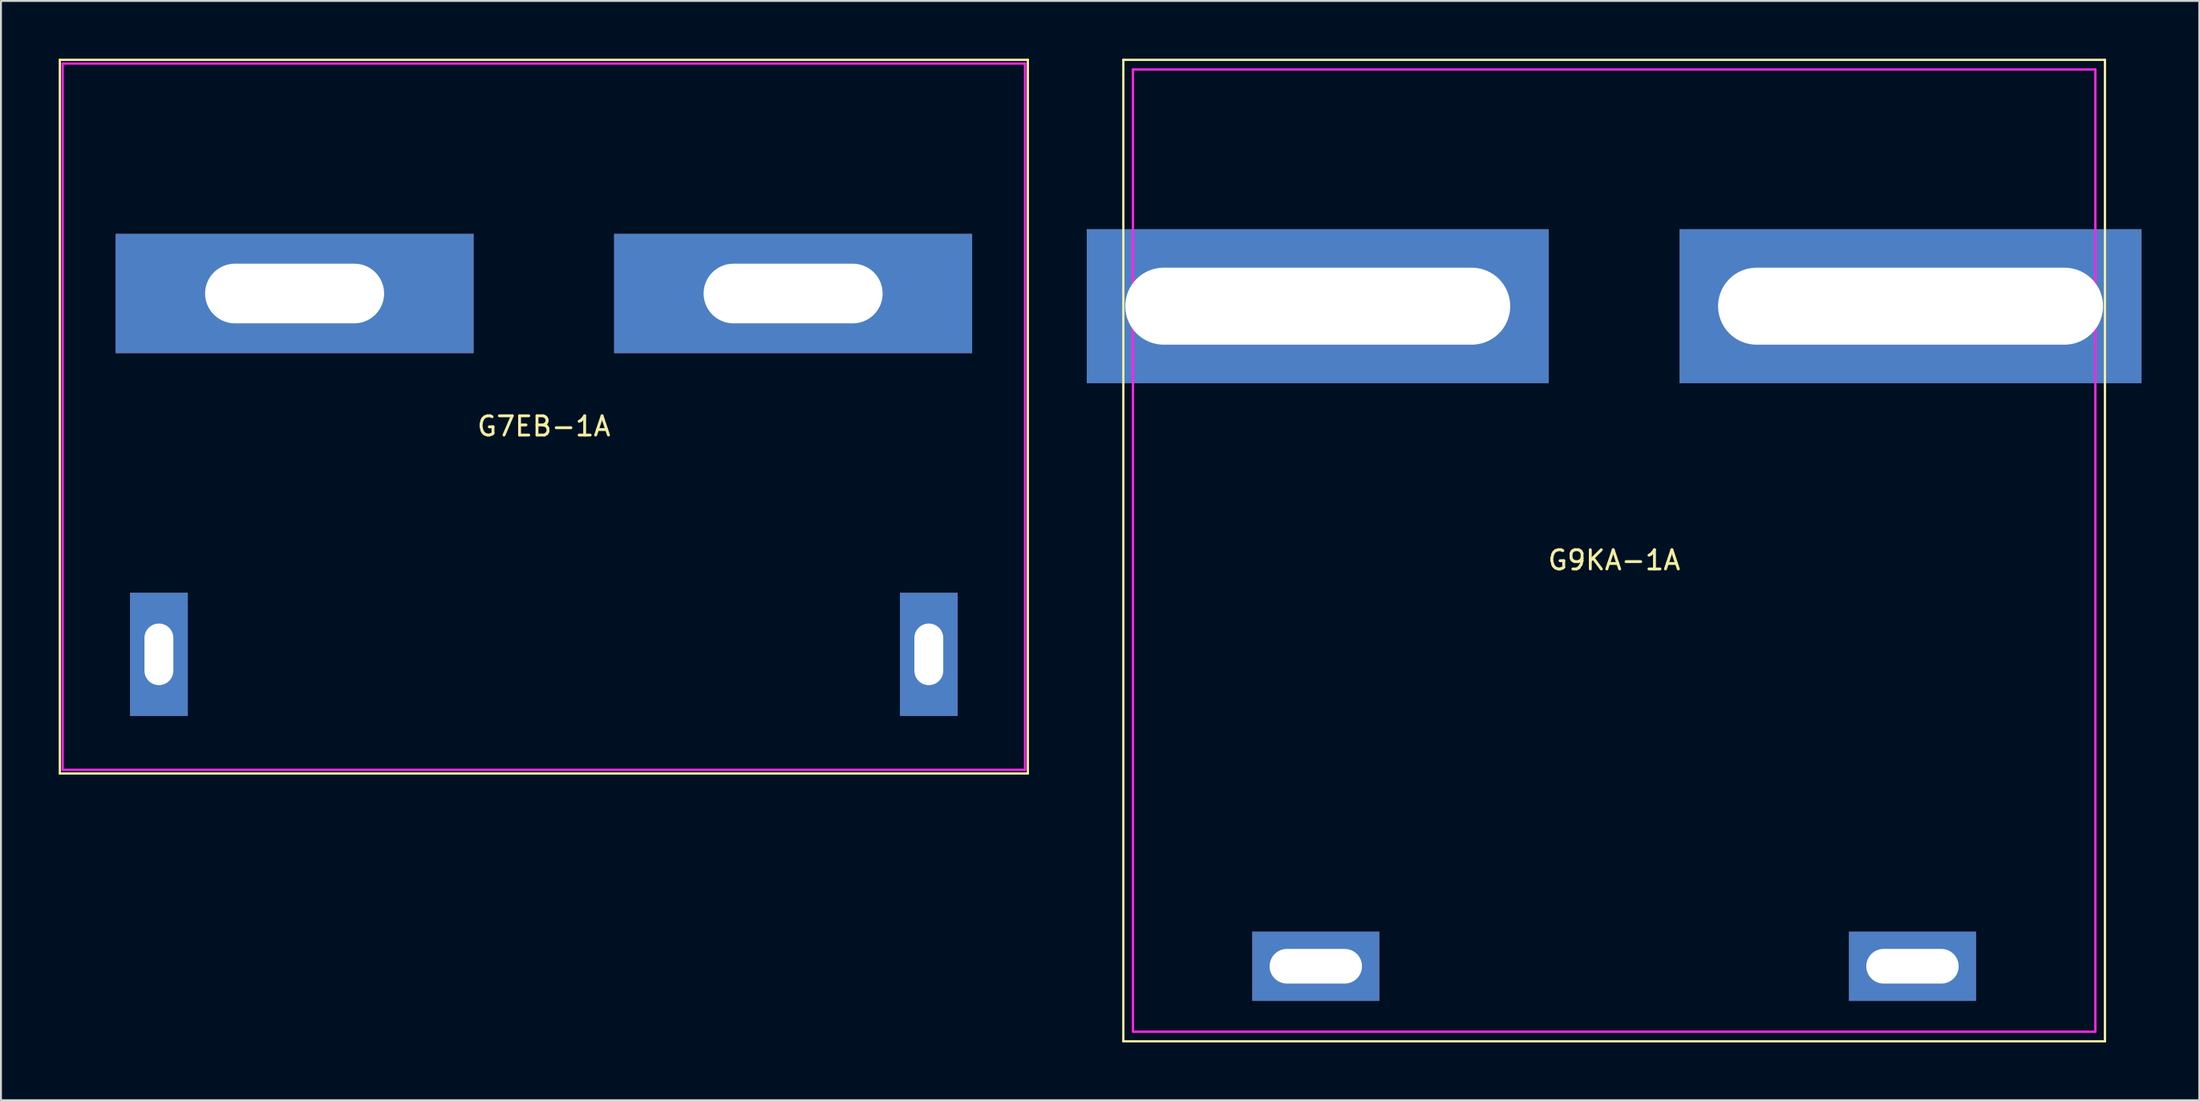
<source format=kicad_pcb>
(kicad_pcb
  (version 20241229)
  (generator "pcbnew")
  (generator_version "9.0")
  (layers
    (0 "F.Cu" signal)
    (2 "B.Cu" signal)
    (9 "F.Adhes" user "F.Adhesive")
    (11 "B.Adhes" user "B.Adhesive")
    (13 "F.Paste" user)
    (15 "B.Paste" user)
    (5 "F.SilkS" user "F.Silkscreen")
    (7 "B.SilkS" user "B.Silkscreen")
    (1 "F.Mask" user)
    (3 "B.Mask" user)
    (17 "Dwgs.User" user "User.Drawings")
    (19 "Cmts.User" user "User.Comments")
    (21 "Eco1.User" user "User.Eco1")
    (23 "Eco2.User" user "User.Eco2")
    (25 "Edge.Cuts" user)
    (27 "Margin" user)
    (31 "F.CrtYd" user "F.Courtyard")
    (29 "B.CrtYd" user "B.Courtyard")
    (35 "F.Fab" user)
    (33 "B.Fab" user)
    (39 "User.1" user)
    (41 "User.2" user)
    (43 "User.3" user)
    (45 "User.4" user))
  (footprint "G9KA-1A"
    (layer "F.Cu")
    (at 80.812 25.56)
    (property "Reference" "G9KA-1A" (at 0 0.5 0) (layer "F.SilkS") (effects (font (size 1 1) (thickness 0.15))))
    (attr through_hole)
    (fp_line (start -25.5 -25.5) (end -25.5 25.5) (stroke (width 0.12) (type solid)) (layer "F.SilkS"))
    (fp_line (start -25.5 25.5) (end 25.5 25.5) (stroke (width 0.12) (type solid)) (layer "F.SilkS"))
    (fp_line (start 25.5 -25.5) (end -25.5 -25.5) (stroke (width 0.12) (type solid)) (layer "F.SilkS"))
    (fp_line (start 25.5 25.5) (end 25.5 -25.5) (stroke (width 0.12) (type solid)) (layer "F.SilkS"))
    (fp_line (start -25 -25) (end -25 25) (stroke (width 0.12) (type solid)) (layer "F.CrtYd"))
    (fp_line (start -25 -25) (end 25 -25) (stroke (width 0.12) (type solid)) (layer "F.CrtYd"))
    (fp_line (start 25 -25) (end 25 25) (stroke (width 0.12) (type solid)) (layer "F.CrtYd"))
    (fp_line (start 25 25) (end -25 25) (stroke (width 0.12) (type solid)) (layer "F.CrtYd"))
    (pad "1" thru_hole rect (at 15.5 21.6 90) (size 3.6 6.6) (drill oval 1.8 4.8) (layers "*.Cu" "*.Mask"))
    (pad "2" thru_hole rect (at 15.4 -12.7) (size 24 8) (drill oval 20 4) (layers "*.Cu" "*.Mask"))
    (pad "3" thru_hole rect (at -15.4 -12.7) (size 24 8) (drill oval 20 4) (layers "*.Cu" "*.Mask"))
    (pad "4" thru_hole rect (at -15.5 21.6 90) (size 3.6 6.6) (drill oval 1.8 4.8) (layers "*.Cu" "*.Mask")))
  (footprint "G7EB-1A"
    (layer "F.Cu")
    (at 25.206 18.602)
    (property "Reference" "G7EB-1A" (at 0 0.5 0) (layer "F.SilkS") (effects (font (size 1 1) (thickness 0.15))))
    (attr through_hole)
    (fp_line (start -25.146 -18.542) (end -25.146 18.542) (stroke (width 0.12) (type solid)) (layer "F.SilkS"))
    (fp_line (start -25.146 18.542) (end 25.146 18.542) (stroke (width 0.12) (type solid)) (layer "F.SilkS"))
    (fp_line (start 25.146 -18.542) (end -25.146 -18.542) (stroke (width 0.12) (type solid)) (layer "F.SilkS"))
    (fp_line (start 25.146 18.542) (end 25.146 -18.542) (stroke (width 0.12) (type solid)) (layer "F.SilkS"))
    (fp_line (start -25 -18.35) (end -25 18.35) (stroke (width 0.12) (type solid)) (layer "F.CrtYd"))
    (fp_line (start -25 -18.35) (end 25 -18.35) (stroke (width 0.12) (type solid)) (layer "F.CrtYd"))
    (fp_line (start 25 -18.35) (end 25 18.35) (stroke (width 0.12) (type solid)) (layer "F.CrtYd"))
    (fp_line (start 25 18.35) (end -25 18.35) (stroke (width 0.12) (type solid)) (layer "F.CrtYd"))
    (pad "1" thru_hole rect (at 20 12.35) (size 3 6.4) (drill oval 1.5 3.2) (layers "*.Cu" "*.Mask"))
    (pad "2" thru_hole rect (at -20 12.35) (size 3 6.4) (drill oval 1.5 3.2) (layers "*.Cu" "*.Mask"))
    (pad "3" thru_hole rect (at 12.95 -6.4) (size 18.6 6.2) (drill oval 9.3 3.1) (layers "*.Cu" "*.Mask"))
    (pad "4" thru_hole rect (at -12.95 -6.4) (size 18.6 6.2) (drill oval 9.3 3.1) (layers "*.Cu" "*.Mask")))
  (gr_rect
    (start -3 -3)
    (end 111.212 54.12)
    (stroke (width 0.1) (type default))
    (fill no)
    (layer "Edge.Cuts")))
</source>
